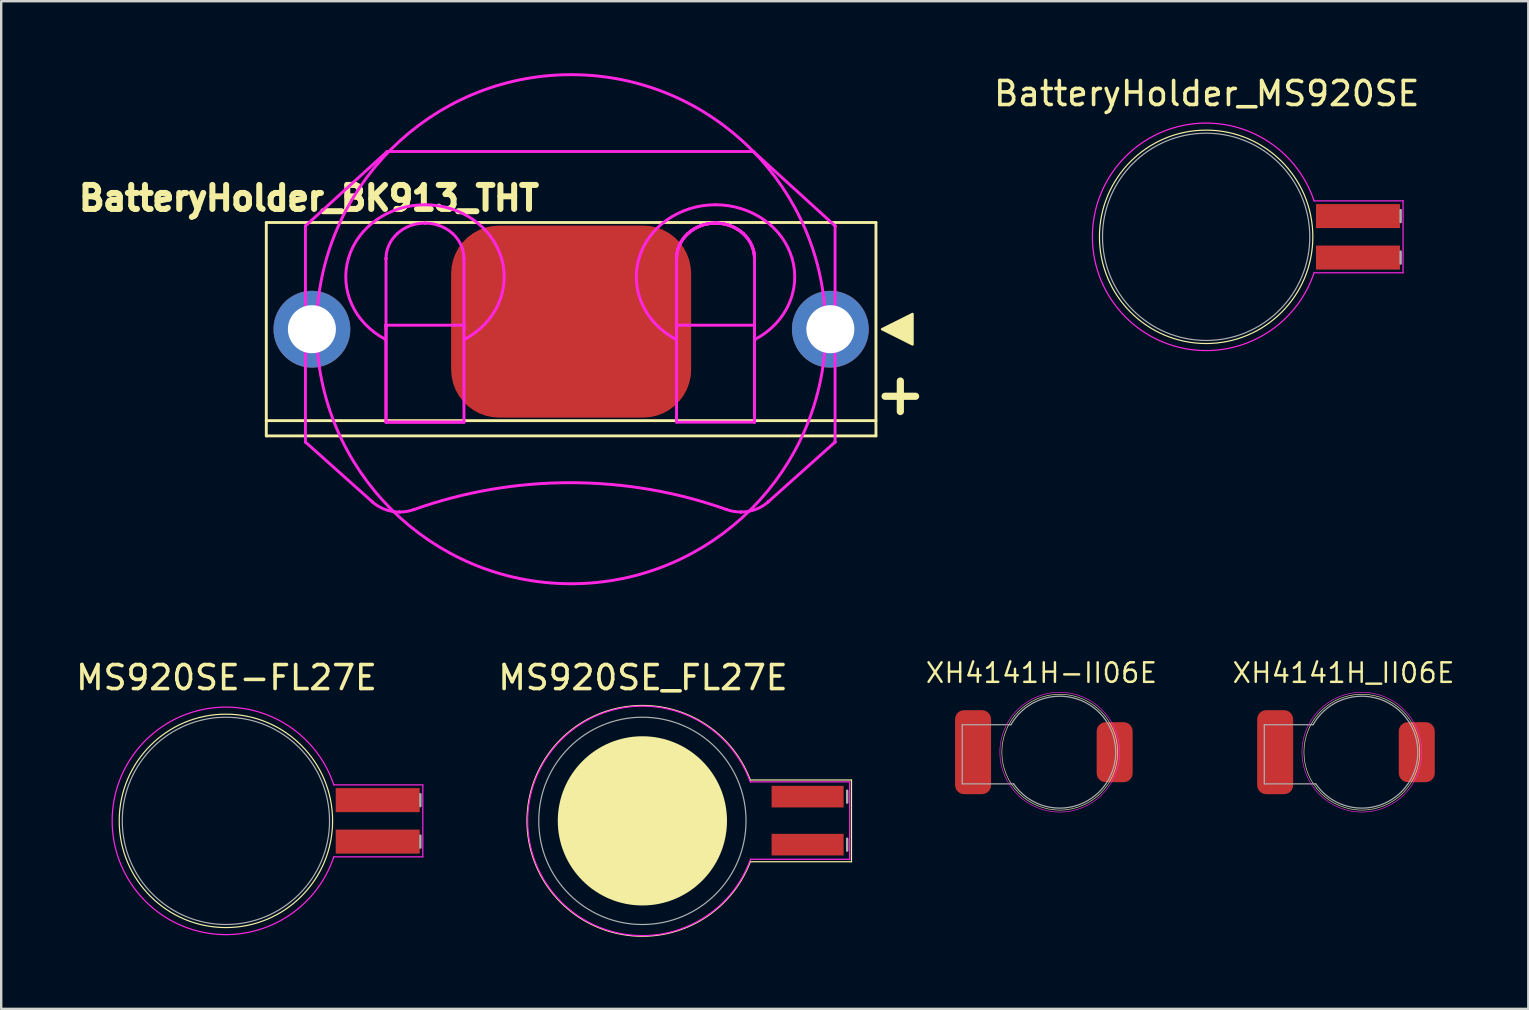
<source format=kicad_pcb>
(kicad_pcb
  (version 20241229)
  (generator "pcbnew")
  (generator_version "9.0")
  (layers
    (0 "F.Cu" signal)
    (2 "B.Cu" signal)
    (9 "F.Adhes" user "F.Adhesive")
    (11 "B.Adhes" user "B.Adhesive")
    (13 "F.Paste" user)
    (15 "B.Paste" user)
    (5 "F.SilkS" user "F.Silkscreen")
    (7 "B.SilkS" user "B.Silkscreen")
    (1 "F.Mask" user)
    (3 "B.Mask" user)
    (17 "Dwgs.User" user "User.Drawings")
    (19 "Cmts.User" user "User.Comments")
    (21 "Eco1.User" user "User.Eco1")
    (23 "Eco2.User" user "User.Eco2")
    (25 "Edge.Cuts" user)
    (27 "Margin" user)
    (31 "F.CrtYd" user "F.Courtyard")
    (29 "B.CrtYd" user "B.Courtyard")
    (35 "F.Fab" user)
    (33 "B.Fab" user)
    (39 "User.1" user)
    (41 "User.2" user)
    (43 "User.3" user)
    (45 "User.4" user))
  (footprint "XH4141H-II06E"
    (layer "F.Cu")
    (at 40.341 28.288)
    (property "Reference" "XH4141H-II06E" (at 0 -3.302 0) (unlocked yes) (layer "F.SilkS") (effects (font (size 0.813 0.813) (thickness 0.102))))
    (attr smd)
    (fp_circle (center 0.762 0) (end 3.175 0) (stroke (width 0.025) (type default)) (fill no) (layer "F.SilkS"))
    (fp_circle (center 0.762 0.000001) (end 3.257 0.000001) (stroke (width 0.025) (type default)) (fill no) (layer "F.CrtYd"))
    (fp_line (start -3.302 -1.143) (end -3.302 1.321) (stroke (width 0.051) (type default)) (layer "F.Fab"))
    (fp_line (start -3.302 1.321) (end -1.159 1.321) (stroke (width 0.051) (type default)) (layer "F.Fab"))
    (fp_line (start -1.27 -1.143) (end -3.302 -1.143) (stroke (width 0.051) (type default)) (layer "F.Fab"))
    (fp_arc (start -1.27 -1.143) (mid 3.091056 -0.104757) (end -1.15918 1.320811) (stroke (width 0.0508) (type default)) (layer "F.Fab"))
    (pad "1" smd roundrect (at 3.05 0 90) (size 2.5 1.5) (layers "F.Cu" "F.Mask" "F.Paste") (roundrect_rratio 0.25))
    (pad "2" smd roundrect (at -2.85 0 90) (size 3.5 1.5) (layers "F.Cu" "F.Mask" "F.Paste") (roundrect_rratio 0.25)))
  (footprint "BatteryHolder_BK913_THT"
    (layer "F.Cu")
    (at 20.745 10.666)
    (property "Reference" "BatteryHolder_BK913_THT" (at -10.922 -5.461 0) (layer "F.SilkS") (effects (font (size 1 1) (thickness 0.25))))
    (attr through_hole)
    (fp_line (start -12.7 -4.445) (end -12.7 4.445) (stroke (width 0.12) (type solid)) (layer "F.SilkS"))
    (fp_line (start -12.7 -4.445) (end 12.7 -4.445) (stroke (width 0.12) (type solid)) (layer "F.SilkS"))
    (fp_line (start -12.7 3.81) (end 12.7 3.81) (stroke (width 0.12) (type solid)) (layer "F.SilkS"))
    (fp_line (start -12.7 4.445) (end 12.7 4.445) (stroke (width 0.12) (type solid)) (layer "F.SilkS"))
    (fp_line (start 12.7 -4.445) (end 12.7 4.445) (stroke (width 0.12) (type solid)) (layer "F.SilkS"))
    (fp_line (start 13.081 2.794) (end 14.351 2.794) (stroke (width 0.3) (type solid)) (layer "F.SilkS"))
    (fp_line (start 13.716 2.159) (end 13.716 3.429) (stroke (width 0.3) (type solid)) (layer "F.SilkS"))
    (fp_poly (pts (xy 12.954 0) (xy 14.224 -0.635) (xy 14.224 0.635)) (stroke (width 0.1) (type solid)) (fill yes) (layer "F.SilkS"))
    (fp_line (start -11.07 -4.304) (end -11.07 4.701) (stroke (width 0.122) (type solid)) (layer "F.CrtYd"))
    (fp_line (start -11.07 4.701) (end -11.07 4.701) (stroke (width 0.122) (type solid)) (layer "F.CrtYd"))
    (fp_line (start -11.07 4.701) (end -11.07 4.701) (stroke (width 0.122) (type solid)) (layer "F.CrtYd"))
    (fp_line (start -11.07 4.701) (end -8.283 7.192) (stroke (width 0.122) (type solid)) (layer "F.CrtYd"))
    (fp_line (start -8.283 7.192) (end -8.283 7.192) (stroke (width 0.122) (type solid)) (layer "F.CrtYd"))
    (fp_line (start -8.283 7.192) (end -8.283 7.192) (stroke (width 0.122) (type solid)) (layer "F.CrtYd"))
    (fp_line (start -7.74 0.422) (end -7.74 0.422) (stroke (width 0.122) (type solid)) (layer "F.CrtYd"))
    (fp_line (start -7.74 0.422) (end -7.74 0.422) (stroke (width 0.122) (type solid)) (layer "F.CrtYd"))
    (fp_line (start -7.713 -2.942) (end -7.713 -2.942) (stroke (width 0.122) (type solid)) (layer "F.CrtYd"))
    (fp_line (start -7.713 -2.942) (end -7.713 -2.942) (stroke (width 0.122) (type solid)) (layer "F.CrtYd"))
    (fp_line (start -7.713 -0.168) (end -7.713 -2.942) (stroke (width 0.122) (type solid)) (layer "F.CrtYd"))
    (fp_line (start -7.713 -0.168) (end -7.713 -0.168) (stroke (width 0.122) (type solid)) (layer "F.CrtYd"))
    (fp_line (start -7.713 -0.168) (end -7.713 -0.168) (stroke (width 0.122) (type solid)) (layer "F.CrtYd"))
    (fp_line (start -7.713 -0.121) (end -7.713 -0.003) (stroke (width 0.122) (type solid)) (layer "F.CrtYd"))
    (fp_line (start -7.713 3.871) (end -7.713 -0.196) (stroke (width 0.122) (type solid)) (layer "F.CrtYd"))
    (fp_line (start -7.713 3.872) (end -7.713 -0.121) (stroke (width 0.122) (type solid)) (layer "F.CrtYd"))
    (fp_line (start -7.664 -7.404) (end -11.07 -4.304) (stroke (width 0.122) (type solid)) (layer "F.CrtYd"))
    (fp_line (start -7.664 -7.404) (end -7.664 -7.404) (stroke (width 0.122) (type solid)) (layer "F.CrtYd"))
    (fp_line (start -7.664 -7.404) (end -7.664 -7.404) (stroke (width 0.122) (type solid)) (layer "F.CrtYd"))
    (fp_line (start -7.664 -7.404) (end 7.592 -7.404) (stroke (width 0.122) (type solid)) (layer "F.CrtYd"))
    (fp_line (start -7.145 7.617) (end -7.145 7.617) (stroke (width 0.122) (type solid)) (layer "F.CrtYd"))
    (fp_line (start -7.145 7.617) (end -7.145 7.617) (stroke (width 0.122) (type solid)) (layer "F.CrtYd"))
    (fp_line (start -6.552 7.515) (end -6.552 7.515) (stroke (width 0.122) (type solid)) (layer "F.CrtYd"))
    (fp_line (start -6.552 7.515) (end -6.552 7.515) (stroke (width 0.122) (type solid)) (layer "F.CrtYd"))
    (fp_line (start -6.089 -4.421) (end -6.089 -4.421) (stroke (width 0.122) (type solid)) (layer "F.CrtYd"))
    (fp_line (start -6.089 -4.421) (end -6.089 -4.421) (stroke (width 0.122) (type solid)) (layer "F.CrtYd"))
    (fp_line (start -4.465 -2.942) (end -4.465 -2.942) (stroke (width 0.122) (type solid)) (layer "F.CrtYd"))
    (fp_line (start -4.465 -2.942) (end -4.465 -2.942) (stroke (width 0.122) (type solid)) (layer "F.CrtYd"))
    (fp_line (start -4.465 -0.168) (end -7.713 -0.168) (stroke (width 0.122) (type solid)) (layer "F.CrtYd"))
    (fp_line (start -4.465 -0.168) (end -4.465 -2.942) (stroke (width 0.122) (type solid)) (layer "F.CrtYd"))
    (fp_line (start -4.465 -0.168) (end -4.465 -0.168) (stroke (width 0.122) (type solid)) (layer "F.CrtYd"))
    (fp_line (start -4.465 -0.168) (end -4.465 -0.168) (stroke (width 0.122) (type solid)) (layer "F.CrtYd"))
    (fp_line (start -4.465 -0.003) (end -4.465 -0.121) (stroke (width 0.122) (type solid)) (layer "F.CrtYd"))
    (fp_line (start -4.465 3.871) (end -4.465 -0.193) (stroke (width 0.122) (type solid)) (layer "F.CrtYd"))
    (fp_line (start -4.465 3.872) (end -7.713 3.872) (stroke (width 0.122) (type solid)) (layer "F.CrtYd"))
    (fp_line (start -4.465 3.872) (end -7.713 3.872) (stroke (width 0.122) (type solid)) (layer "F.CrtYd"))
    (fp_line (start -4.438 0.422) (end -4.438 0.422) (stroke (width 0.122) (type solid)) (layer "F.CrtYd"))
    (fp_line (start -4.438 0.422) (end -4.438 0.422) (stroke (width 0.122) (type solid)) (layer "F.CrtYd"))
    (fp_line (start 4.365 0.422) (end 4.365 0.422) (stroke (width 0.122) (type solid)) (layer "F.CrtYd"))
    (fp_line (start 4.365 0.422) (end 4.365 0.422) (stroke (width 0.122) (type solid)) (layer "F.CrtYd"))
    (fp_line (start 4.392 -2.942) (end 4.392 -2.942) (stroke (width 0.122) (type solid)) (layer "F.CrtYd"))
    (fp_line (start 4.392 -2.942) (end 4.392 -2.942) (stroke (width 0.122) (type solid)) (layer "F.CrtYd"))
    (fp_line (start 4.392 -0.168) (end 4.392 -2.942) (stroke (width 0.122) (type solid)) (layer "F.CrtYd"))
    (fp_line (start 4.392 -0.168) (end 4.392 -0.168) (stroke (width 0.122) (type solid)) (layer "F.CrtYd"))
    (fp_line (start 4.392 -0.168) (end 4.392 -0.168) (stroke (width 0.122) (type solid)) (layer "F.CrtYd"))
    (fp_line (start 4.392 -0.168) (end 7.641 -0.168) (stroke (width 0.122) (type solid)) (layer "F.CrtYd"))
    (fp_line (start 4.392 -0.003) (end 4.392 -0.121) (stroke (width 0.122) (type solid)) (layer "F.CrtYd"))
    (fp_line (start 4.392 3.871) (end 4.392 -0.213) (stroke (width 0.122) (type solid)) (layer "F.CrtYd"))
    (fp_line (start 4.392 3.872) (end 7.641 3.872) (stroke (width 0.122) (type solid)) (layer "F.CrtYd"))
    (fp_line (start 6.017 -4.421) (end 6.017 -4.421) (stroke (width 0.122) (type solid)) (layer "F.CrtYd"))
    (fp_line (start 6.017 -4.421) (end 6.017 -4.421) (stroke (width 0.122) (type solid)) (layer "F.CrtYd"))
    (fp_line (start 6.48 7.515) (end 6.48 7.515) (stroke (width 0.122) (type solid)) (layer "F.CrtYd"))
    (fp_line (start 6.48 7.515) (end 6.48 7.515) (stroke (width 0.122) (type solid)) (layer "F.CrtYd"))
    (fp_line (start 7.073 7.617) (end 7.073 7.617) (stroke (width 0.122) (type solid)) (layer "F.CrtYd"))
    (fp_line (start 7.073 7.617) (end 7.073 7.617) (stroke (width 0.122) (type solid)) (layer "F.CrtYd"))
    (fp_line (start 7.592 -7.404) (end 7.592 -7.404) (stroke (width 0.122) (type solid)) (layer "F.CrtYd"))
    (fp_line (start 7.592 -7.404) (end 7.592 -7.404) (stroke (width 0.122) (type solid)) (layer "F.CrtYd"))
    (fp_line (start 7.592 -7.404) (end 10.997 -4.304) (stroke (width 0.122) (type solid)) (layer "F.CrtYd"))
    (fp_line (start 7.641 -2.942) (end 7.641 -2.942) (stroke (width 0.122) (type solid)) (layer "F.CrtYd"))
    (fp_line (start 7.641 -2.942) (end 7.641 -2.942) (stroke (width 0.122) (type solid)) (layer "F.CrtYd"))
    (fp_line (start 7.641 -0.168) (end 7.641 -2.942) (stroke (width 0.122) (type solid)) (layer "F.CrtYd"))
    (fp_line (start 7.641 -0.168) (end 7.641 -0.168) (stroke (width 0.122) (type solid)) (layer "F.CrtYd"))
    (fp_line (start 7.641 -0.168) (end 7.641 -0.168) (stroke (width 0.122) (type solid)) (layer "F.CrtYd"))
    (fp_line (start 7.641 -0.121) (end 7.641 -0.003) (stroke (width 0.122) (type solid)) (layer "F.CrtYd"))
    (fp_line (start 7.641 3.825) (end 7.641 -0.168) (stroke (width 0.122) (type solid)) (layer "F.CrtYd"))
    (fp_line (start 7.641 3.872) (end 7.641 -0.121) (stroke (width 0.122) (type solid)) (layer "F.CrtYd"))
    (fp_line (start 7.641 3.872) (end 7.641 -0.121) (stroke (width 0.122) (type solid)) (layer "F.CrtYd"))
    (fp_line (start 7.668 0.422) (end 7.668 0.422) (stroke (width 0.122) (type solid)) (layer "F.CrtYd"))
    (fp_line (start 7.668 0.422) (end 7.668 0.422) (stroke (width 0.122) (type solid)) (layer "F.CrtYd"))
    (fp_line (start 8.211 7.192) (end 8.211 7.192) (stroke (width 0.122) (type solid)) (layer "F.CrtYd"))
    (fp_line (start 8.211 7.192) (end 8.211 7.192) (stroke (width 0.122) (type solid)) (layer "F.CrtYd"))
    (fp_line (start 10.997 -4.304) (end 10.997 -4.304) (stroke (width 0.122) (type solid)) (layer "F.CrtYd"))
    (fp_line (start 10.997 -4.304) (end 10.997 -4.304) (stroke (width 0.122) (type solid)) (layer "F.CrtYd"))
    (fp_line (start 10.997 -4.304) (end 10.997 4.701) (stroke (width 0.122) (type solid)) (layer "F.CrtYd"))
    (fp_line (start 10.997 4.701) (end 8.211 7.192) (stroke (width 0.122) (type solid)) (layer "F.CrtYd"))
    (fp_line (start 10.997 4.701) (end 10.997 4.701) (stroke (width 0.122) (type solid)) (layer "F.CrtYd"))
    (fp_line (start 10.997 4.701) (end 10.997 4.701) (stroke (width 0.122) (type solid)) (layer "F.CrtYd"))
    (fp_circle (center 0 0) (end 10.605 0) (stroke (width 0.122) (type solid)) (fill no) (layer "F.CrtYd"))
    (fp_curve (pts (xy -9.276 -2.959) (xy -9.663 -1.646) (xy -9.033 -0.26) (xy -7.74 0.421)) (stroke (width 0.122) (type solid)) (layer "F.CrtYd"))
    (fp_curve (pts (xy -8.283 7.193) (xy -7.979 7.464) (xy -7.57 7.617) (xy -7.145 7.617)) (stroke (width 0.122) (type solid)) (layer "F.CrtYd"))
    (fp_curve (pts (xy -7.237 -3.988) (xy -7.542 -3.711) (xy -7.713 -3.334) (xy -7.713 -2.942)) (stroke (width 0.122) (type solid)) (layer "F.CrtYd"))
    (fp_curve (pts (xy -7.145 7.617) (xy -6.942 7.617) (xy -6.741 7.582) (xy -6.552 7.515)) (stroke (width 0.122) (type solid)) (layer "F.CrtYd"))
    (fp_curve (pts (xy -6.089 -5.185) (xy -7.582 -5.185) (xy -8.89 -4.272) (xy -9.276 -2.959)) (stroke (width 0.122) (type solid)) (layer "F.CrtYd"))
    (fp_curve (pts (xy -6.089 -4.421) (xy -6.52 -4.421) (xy -6.933 -4.265) (xy -7.237 -3.988)) (stroke (width 0.122) (type solid)) (layer "F.CrtYd"))
    (fp_curve (pts (xy -4.94 -3.988) (xy -5.245 -4.265) (xy -5.658 -4.421) (xy -6.089 -4.421)) (stroke (width 0.122) (type solid)) (layer "F.CrtYd"))
    (fp_curve (pts (xy -4.465 -2.942) (xy -4.465 -3.334) (xy -4.636 -3.711) (xy -4.94 -3.988)) (stroke (width 0.122) (type solid)) (layer "F.CrtYd"))
    (fp_curve (pts (xy -4.438 0.421) (xy -3.144 -0.26) (xy -2.514 -1.646) (xy -2.901 -2.959)) (stroke (width 0.122) (type solid)) (layer "F.CrtYd"))
    (fp_curve (pts (xy -2.901 -2.959) (xy -3.288 -4.272) (xy -4.595 -5.185) (xy -6.089 -5.185)) (stroke (width 0.122) (type solid)) (layer "F.CrtYd"))
    (fp_curve (pts (xy 2.829 -2.959) (xy 2.442 -1.646) (xy 3.072 -0.26) (xy 4.365 0.421)) (stroke (width 0.122) (type solid)) (layer "F.CrtYd"))
    (fp_curve (pts (xy 4.868 -3.988) (xy 4.564 -3.711) (xy 4.392 -3.334) (xy 4.392 -2.942)) (stroke (width 0.122) (type solid)) (layer "F.CrtYd"))
    (fp_curve (pts (xy 4.868 -3.988) (xy 4.564 -3.711) (xy 4.392 -3.334) (xy 4.392 -2.942)) (stroke (width 0.122) (type solid)) (layer "F.CrtYd"))
    (fp_curve (pts (xy 4.868 -3.988) (xy 4.564 -3.711) (xy 4.392 -3.334) (xy 4.392 -2.942)) (stroke (width 0.122) (type solid)) (layer "F.CrtYd"))
    (fp_curve (pts (xy 4.868 -3.988) (xy 4.564 -3.711) (xy 4.392 -3.334) (xy 4.392 -2.942)) (stroke (width 0.122) (type solid)) (layer "F.CrtYd"))
    (fp_curve (pts (xy 6.017 -5.185) (xy 4.523 -5.185) (xy 3.216 -4.272) (xy 2.829 -2.959)) (stroke (width 0.122) (type solid)) (layer "F.CrtYd"))
    (fp_curve (pts (xy 6.017 -4.421) (xy 5.586 -4.421) (xy 5.173 -4.265) (xy 4.868 -3.988)) (stroke (width 0.122) (type solid)) (layer "F.CrtYd"))
    (fp_curve (pts (xy 6.017 -4.421) (xy 5.586 -4.421) (xy 5.173 -4.265) (xy 4.868 -3.988)) (stroke (width 0.122) (type solid)) (layer "F.CrtYd"))
    (fp_curve (pts (xy 6.017 -4.421) (xy 5.586 -4.421) (xy 5.173 -4.265) (xy 4.868 -3.988)) (stroke (width 0.122) (type solid)) (layer "F.CrtYd"))
    (fp_curve (pts (xy 6.017 -4.421) (xy 5.586 -4.421) (xy 5.173 -4.265) (xy 4.868 -3.988)) (stroke (width 0.122) (type solid)) (layer "F.CrtYd"))
    (fp_curve (pts (xy 6.48 7.515) (xy 2.291 6.021) (xy -2.363 6.021) (xy -6.552 7.515)) (stroke (width 0.122) (type solid)) (layer "F.CrtYd"))
    (fp_curve (pts (xy 6.48 7.515) (xy 6.669 7.582) (xy 6.87 7.617) (xy 7.073 7.617)) (stroke (width 0.122) (type solid)) (layer "F.CrtYd"))
    (fp_curve (pts (xy 7.073 7.617) (xy 7.498 7.617) (xy 7.907 7.464) (xy 8.211 7.193)) (stroke (width 0.122) (type solid)) (layer "F.CrtYd"))
    (fp_curve (pts (xy 7.165 -3.988) (xy 6.861 -4.265) (xy 6.447 -4.421) (xy 6.017 -4.421)) (stroke (width 0.122) (type solid)) (layer "F.CrtYd"))
    (fp_curve (pts (xy 7.165 -3.988) (xy 6.861 -4.265) (xy 6.447 -4.421) (xy 6.017 -4.421)) (stroke (width 0.122) (type solid)) (layer "F.CrtYd"))
    (fp_curve (pts (xy 7.165 -3.988) (xy 6.861 -4.265) (xy 6.447 -4.421) (xy 6.017 -4.421)) (stroke (width 0.122) (type solid)) (layer "F.CrtYd"))
    (fp_curve (pts (xy 7.165 -3.988) (xy 6.861 -4.265) (xy 6.447 -4.421) (xy 6.017 -4.421)) (stroke (width 0.122) (type solid)) (layer "F.CrtYd"))
    (fp_curve (pts (xy 7.641 -2.942) (xy 7.641 -3.334) (xy 7.47 -3.711) (xy 7.165 -3.988)) (stroke (width 0.122) (type solid)) (layer "F.CrtYd"))
    (fp_curve (pts (xy 7.641 -2.942) (xy 7.641 -3.334) (xy 7.47 -3.711) (xy 7.165 -3.988)) (stroke (width 0.122) (type solid)) (layer "F.CrtYd"))
    (fp_curve (pts (xy 7.641 -2.942) (xy 7.641 -3.334) (xy 7.47 -3.711) (xy 7.165 -3.988)) (stroke (width 0.122) (type solid)) (layer "F.CrtYd"))
    (fp_curve (pts (xy 7.641 -2.942) (xy 7.641 -3.334) (xy 7.47 -3.711) (xy 7.165 -3.988)) (stroke (width 0.122) (type solid)) (layer "F.CrtYd"))
    (fp_curve (pts (xy 7.668 0.421) (xy 8.961 -0.26) (xy 9.591 -1.646) (xy 9.204 -2.959)) (stroke (width 0.122) (type solid)) (layer "F.CrtYd"))
    (fp_curve (pts (xy 9.204 -2.959) (xy 8.817 -4.272) (xy 7.51 -5.185) (xy 6.017 -5.185)) (stroke (width 0.122) (type solid)) (layer "F.CrtYd"))
    (pad "1" thru_hole circle (at -10.8 0) (size 3.2 3.2) (drill 2) (layers "*.Cu" "*.Mask"))
    (pad "1" thru_hole circle (at 10.8 0) (size 3.2 3.2) (drill 2) (layers "*.Cu" "*.Mask"))
    (pad "2" smd roundrect (at 0 -0.318) (size 10 8) (layers "F.Cu" "F.Mask" "F.Paste") (roundrect_rratio 0.25)))
  (footprint "BatteryHolder_MS920SE"
    (layer "F.Cu")
    (at 47.202 6.817)
    (property "Reference" "BatteryHolder_MS920SE" (at 0.025 -5.969 0) (layer "F.SilkS") (effects (font (size 1 1) (thickness 0.15))))
    (attr smd)
    (fp_circle (center 0 0) (end 4.445 0) (stroke (width 0.05) (type default)) (fill no) (layer "F.SilkS"))
    (fp_line (start 4.496 -1.499) (end 8.204 -1.499) (stroke (width 0.05) (type solid)) (layer "F.CrtYd"))
    (fp_line (start 8.204 -1.499) (end 8.204 1.499) (stroke (width 0.05) (type solid)) (layer "F.CrtYd"))
    (fp_line (start 8.204 1.499) (end 4.496 1.499) (stroke (width 0.05) (type solid)) (layer "F.CrtYd"))
    (fp_arc (start 4.4958 1.4986) (mid -4.738989 0) (end 4.4958 -1.4986) (stroke (width 0.05) (type solid)) (layer "F.CrtYd"))
    (fp_line (start 8.103 -1.114) (end 8.103 -0.614) (stroke (width 0.1) (type solid)) (layer "F.Fab"))
    (fp_line (start 8.103 0.614) (end 8.103 1.114) (stroke (width 0.1) (type solid)) (layer "F.Fab"))
    (fp_circle (center 0 0) (end 4.318 0) (stroke (width 0.05) (type default)) (fill no) (layer "F.Fab"))
    (pad "1" smd rect (at 6.325 -0.864) (size 3.5 1) (layers "F.Cu" "F.Mask" "F.Paste"))
    (pad "2" smd rect (at 6.325 0.864) (size 3.5 1) (layers "F.Cu" "F.Mask" "F.Paste")))
  (footprint "MS920SE_FL27E"
    (layer "F.Cu")
    (at 23.714 31.15)
    (property "Reference" "MS920SE_FL27E" (at 0.025 -5.969 0) (layer "F.SilkS") (effects (font (size 1 1) (thickness 0.15))))
    (attr smd)
    (fp_line (start 4.496 -1.702) (end 8.712 -1.702) (stroke (width 0.05) (type solid)) (layer "F.SilkS"))
    (fp_line (start 8.712 -1.702) (end 8.712 1.702) (stroke (width 0.05) (type solid)) (layer "F.SilkS"))
    (fp_line (start 8.712 1.702) (end 4.496 1.702) (stroke (width 0.05) (type solid)) (layer "F.SilkS"))
    (fp_arc (start 4.4958 1.7018) (mid -4.807114 0) (end 4.4958 -1.7018) (stroke (width 0.05) (type solid)) (layer "F.SilkS"))
    (fp_circle (center 0 0) (end 3.5 0) (stroke (width 0.05) (type solid)) (fill yes) (layer "F.SilkS"))
    (fp_line (start 4.496 -1.626) (end 8.636 -1.626) (stroke (width 0.05) (type solid)) (layer "F.CrtYd"))
    (fp_line (start 8.636 -1.626) (end 8.636 1.6) (stroke (width 0.05) (type solid)) (layer "F.CrtYd"))
    (fp_line (start 8.636 1.6) (end 4.505 1.6) (stroke (width 0.05) (type solid)) (layer "F.CrtYd"))
    (fp_arc (start 4.503881 1.603076) (mid -4.780654 0.011965) (end 4.4958 -1.6256) (stroke (width 0.05) (type solid)) (layer "F.CrtYd"))
    (fp_line (start 8.534 -1.259) (end 8.534 -0.759) (stroke (width 0.1) (type solid)) (layer "F.Fab"))
    (fp_line (start 8.534 0.741) (end 8.534 1.241) (stroke (width 0.1) (type solid)) (layer "F.Fab"))
    (fp_circle (center 0 0) (end 4.318 0) (stroke (width 0.05) (type default)) (fill no) (layer "F.Fab"))
    (pad "1" smd rect (at 6.883 -1.009 270) (size 0.9 3) (layers "F.Cu" "F.Mask" "F.Paste"))
    (pad "2" smd rect (at 6.883 0.991 270) (size 0.9 3) (layers "F.Cu" "F.Mask" "F.Paste")))
  (footprint "XH4141H_II06E"
    (layer "F.Cu")
    (at 52.927 28.288)
    (property "Reference" "XH4141H_II06E" (at 0 -3.302 0) (unlocked yes) (layer "F.SilkS") (effects (font (size 0.813 0.813) (thickness 0.102))))
    (attr smd)
    (fp_circle (center 0.762 0) (end 3.175 0) (stroke (width 0.025) (type default)) (fill no) (layer "F.SilkS"))
    (fp_circle (center 0.762 0.000001) (end 3.257 0.000001) (stroke (width 0.025) (type default)) (fill no) (layer "F.CrtYd"))
    (fp_line (start -3.302 -1.143) (end -3.302 1.321) (stroke (width 0.051) (type default)) (layer "F.Fab"))
    (fp_line (start -3.302 1.321) (end -1.159 1.321) (stroke (width 0.051) (type default)) (layer "F.Fab"))
    (fp_line (start -1.27 -1.143) (end -3.302 -1.143) (stroke (width 0.051) (type default)) (layer "F.Fab"))
    (fp_arc (start -1.27 -1.143) (mid 3.091056 -0.104757) (end -1.15918 1.320811) (stroke (width 0.0508) (type default)) (layer "F.Fab"))
    (pad "1" smd roundrect (at 3.05 0 90) (size 2.5 1.5) (layers "F.Cu" "F.Mask" "F.Paste") (roundrect_rratio 0.25))
    (pad "2" smd roundrect (at -2.85 0 90) (size 3.5 1.5) (layers "F.Cu" "F.Mask" "F.Paste") (roundrect_rratio 0.25)))
  (footprint "MS920SE-FL27E"
    (layer "F.Cu")
    (at 6.362 31.15)
    (property "Reference" "MS920SE-FL27E" (at 0.025 -5.969 0) (layer "F.SilkS") (effects (font (size 1 1) (thickness 0.15))))
    (attr smd)
    (fp_circle (center 0 0) (end 4.445 0) (stroke (width 0.05) (type default)) (fill no) (layer "F.SilkS"))
    (fp_line (start 4.496 -1.499) (end 8.204 -1.499) (stroke (width 0.05) (type solid)) (layer "F.CrtYd"))
    (fp_line (start 8.204 -1.499) (end 8.204 1.499) (stroke (width 0.05) (type solid)) (layer "F.CrtYd"))
    (fp_line (start 8.204 1.499) (end 4.496 1.499) (stroke (width 0.05) (type solid)) (layer "F.CrtYd"))
    (fp_arc (start 4.4958 1.4986) (mid -4.738989 0) (end 4.4958 -1.4986) (stroke (width 0.05) (type solid)) (layer "F.CrtYd"))
    (fp_line (start 8.103 -1.114) (end 8.103 -0.614) (stroke (width 0.1) (type solid)) (layer "F.Fab"))
    (fp_line (start 8.103 0.614) (end 8.103 1.114) (stroke (width 0.1) (type solid)) (layer "F.Fab"))
    (fp_circle (center 0 0) (end 4.318 0) (stroke (width 0.05) (type default)) (fill no) (layer "F.Fab"))
    (pad "1" smd rect (at 6.325 -0.864) (size 3.5 1) (layers "F.Cu" "F.Mask" "F.Paste"))
    (pad "2" smd rect (at 6.325 0.864) (size 3.5 1) (layers "F.Cu" "F.Mask" "F.Paste")))
  (gr_rect
    (start -3 -3)
    (end 60.624 38.982)
    (stroke (width 0.1) (type default))
    (fill no)
    (layer "Edge.Cuts")))
</source>
